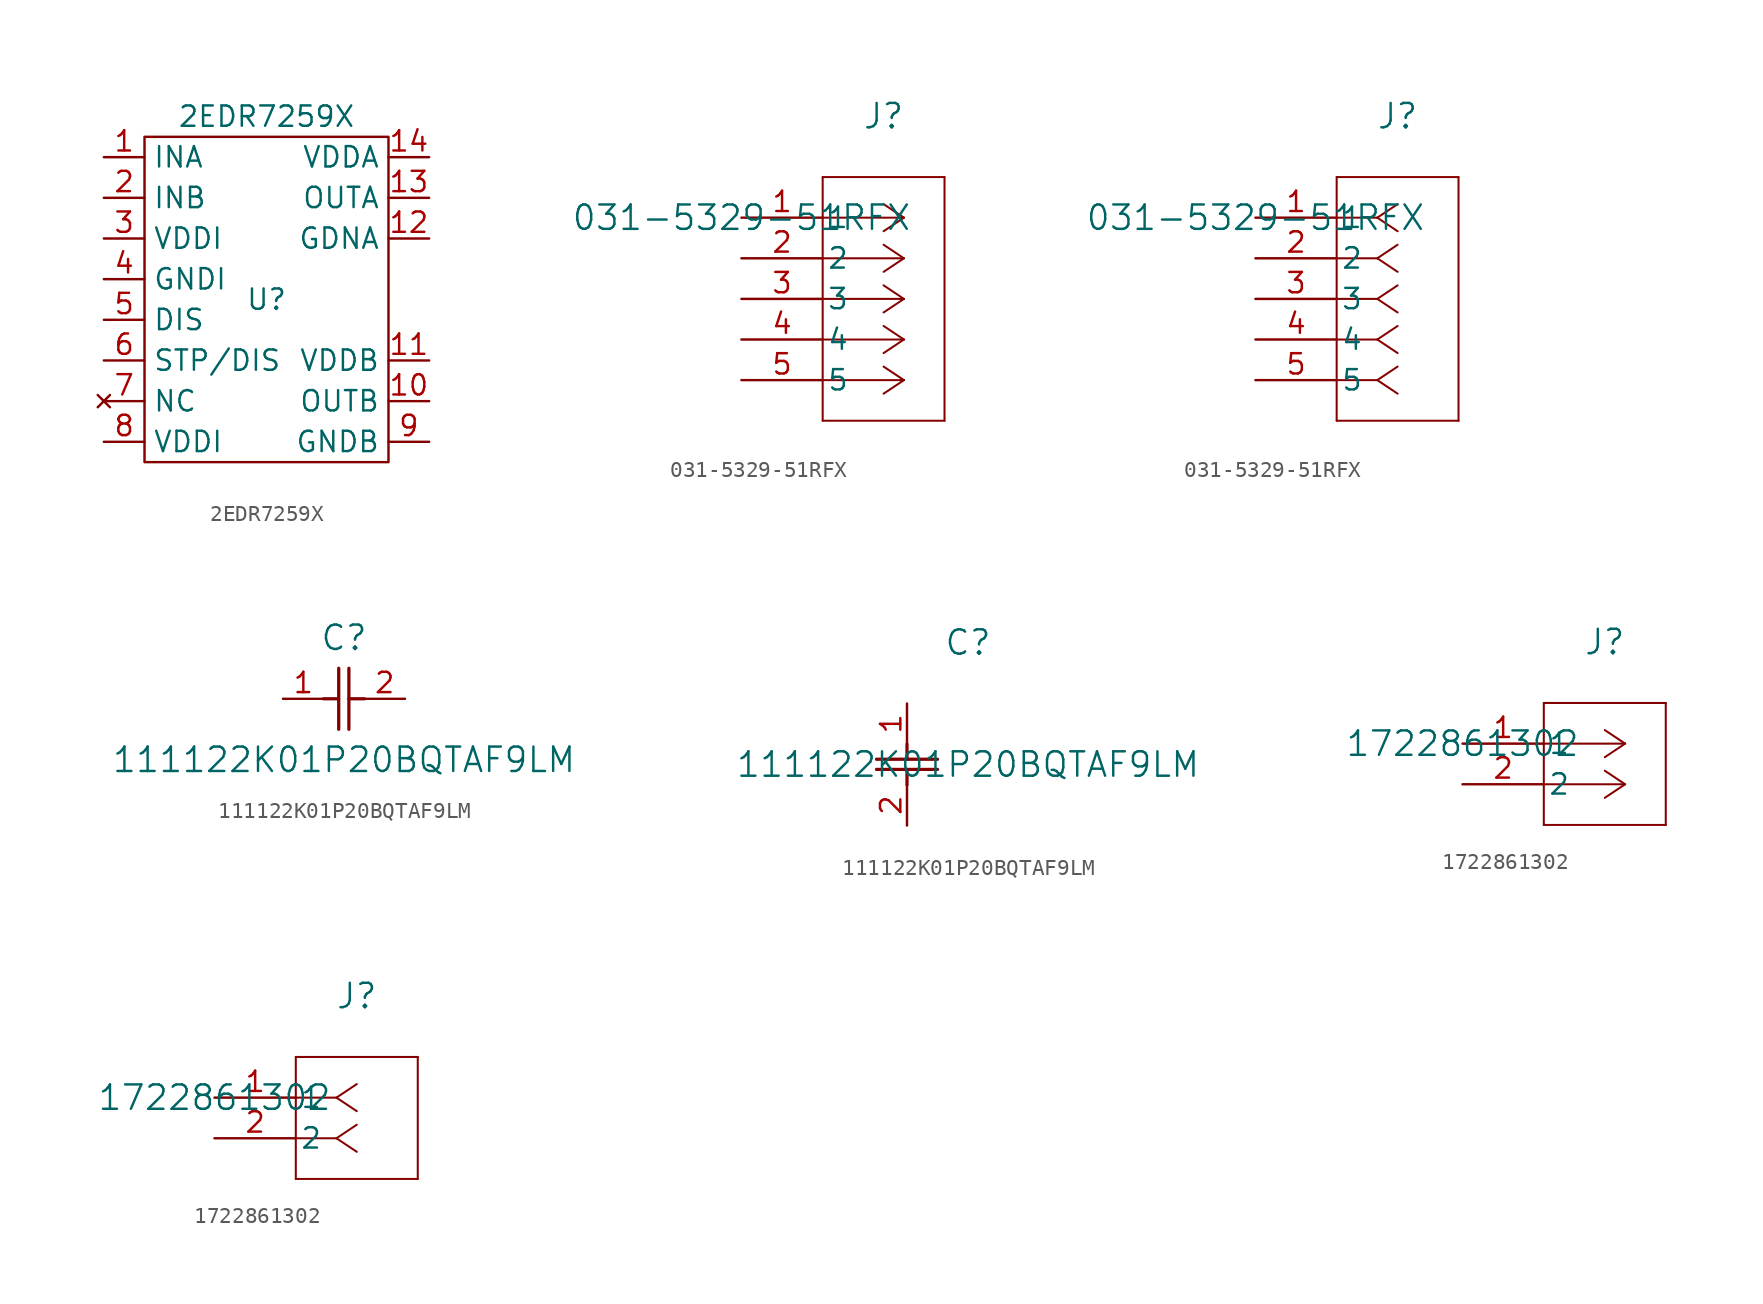
<source format=kicad_sym>
(kicad_symbol_lib
  (version 20220914)
  (generator kicad_symbol_editor)
  (symbol "2EDR7259X"
    (property "Reference" "U"
      (at 0 0 0)
      (effects (font (size 1.27 1.27))))
    (property "Value" "2EDR7259X"
      (at 0 11.43 0)
      (effects (font (size 1.27 1.27))))
    (symbol "2EDR7259X_0_1"
      (rectangle (start -7.62 10.16) (end 7.62 -10.16) (stroke (width 0) (type default)) (fill (type none))))
    (symbol "2EDR7259X_1_1"
      (pin input line (at -10.16 8.89 0) (length 2.54) (name "INA" (effects (font (size 1.27 1.27)))) (number "1" (effects (font (size 1.27 1.27)))))
      (pin output line (at 10.16 -6.35 180) (length 2.54) (name "OUTB" (effects (font (size 1.27 1.27)))) (number "10" (effects (font (size 1.27 1.27)))))
      (pin power_in line (at 10.16 -3.81 180) (length 2.54) (name "VDDB" (effects (font (size 1.27 1.27)))) (number "11" (effects (font (size 1.27 1.27)))))
      (pin power_in line (at 10.16 3.81 180) (length 2.54) (name "GDNA" (effects (font (size 1.27 1.27)))) (number "12" (effects (font (size 1.27 1.27)))))
      (pin output line (at 10.16 6.35 180) (length 2.54) (name "OUTA" (effects (font (size 1.27 1.27)))) (number "13" (effects (font (size 1.27 1.27)))))
      (pin power_in line (at 10.16 8.89 180) (length 2.54) (name "VDDA" (effects (font (size 1.27 1.27)))) (number "14" (effects (font (size 1.27 1.27)))))
      (pin input line (at -10.16 6.35 0) (length 2.54) (name "INB" (effects (font (size 1.27 1.27)))) (number "2" (effects (font (size 1.27 1.27)))))
      (pin power_in line (at -10.16 3.81 0) (length 2.54) (name "VDDI" (effects (font (size 1.27 1.27)))) (number "3" (effects (font (size 1.27 1.27)))))
      (pin power_out line (at -10.16 1.27 0) (length 2.54) (name "GNDI" (effects (font (size 1.27 1.27)))) (number "4" (effects (font (size 1.27 1.27)))))
      (pin input line (at -10.16 -1.27 0) (length 2.54) (name "DIS" (effects (font (size 1.27 1.27)))) (number "5" (effects (font (size 1.27 1.27)))))
      (pin input line (at -10.16 -3.81 0) (length 2.54) (name "STP/DIS" (effects (font (size 1.27 1.27)))) (number "6" (effects (font (size 1.27 1.27)))))
      (pin no_connect line (at -10.16 -6.35 0) (length 2.54) (name "NC" (effects (font (size 1.27 1.27)))) (number "7" (effects (font (size 1.27 1.27)))))
      (pin power_in line (at -10.16 -8.89 0) (length 2.54) (name "VDDI" (effects (font (size 1.27 1.27)))) (number "8" (effects (font (size 1.27 1.27)))))
      (pin power_in line (at 10.16 -8.89 180) (length 2.54) (name "GNDB" (effects (font (size 1.27 1.27)))) (number "9" (effects (font (size 1.27 1.27)))))))
  (symbol "031-5329-51RFX"
    (pin_names
      (offset 0.254))
    (property "Reference" "J"
      (at 8.89 6.35 0)
      (effects (font (size 1.524 1.524))))
    (property "Value" "031-5329-51RFX"
      (at 0 0 0)
      (effects (font (size 1.524 1.524))))
    (symbol "031-5329-51RFX_1_1"
      (polyline (pts (xy 10.16 0) (xy 5.08 0)) (stroke (width 0.127) (type default) (color 0 0 0 0)) (fill (type none)))
      (polyline (pts (xy 10.16 -2.54) (xy 5.08 -2.54)) (stroke (width 0.127) (type default) (color 0 0 0 0)) (fill (type none)))
      (polyline (pts (xy 10.16 -5.08) (xy 5.08 -5.08)) (stroke (width 0.127) (type default) (color 0 0 0 0)) (fill (type none)))
      (polyline (pts (xy 10.16 -7.62) (xy 5.08 -7.62)) (stroke (width 0.127) (type default) (color 0 0 0 0)) (fill (type none)))
      (polyline (pts (xy 10.16 -10.16) (xy 5.08 -10.16)) (stroke (width 0.127) (type default) (color 0 0 0 0)) (fill (type none)))
      (polyline (pts (xy 10.16 0) (xy 8.89 0.847)) (stroke (width 0.127) (type default) (color 0 0 0 0)) (fill (type none)))
      (polyline (pts (xy 10.16 -2.54) (xy 8.89 -1.693)) (stroke (width 0.127) (type default) (color 0 0 0 0)) (fill (type none)))
      (polyline (pts (xy 10.16 -5.08) (xy 8.89 -4.233)) (stroke (width 0.127) (type default) (color 0 0 0 0)) (fill (type none)))
      (polyline (pts (xy 10.16 -7.62) (xy 8.89 -6.773)) (stroke (width 0.127) (type default) (color 0 0 0 0)) (fill (type none)))
      (polyline (pts (xy 10.16 -10.16) (xy 8.89 -9.313)) (stroke (width 0.127) (type default) (color 0 0 0 0)) (fill (type none)))
      (polyline (pts (xy 10.16 0) (xy 8.89 -0.847)) (stroke (width 0.127) (type default) (color 0 0 0 0)) (fill (type none)))
      (polyline (pts (xy 10.16 -2.54) (xy 8.89 -3.387)) (stroke (width 0.127) (type default) (color 0 0 0 0)) (fill (type none)))
      (polyline (pts (xy 10.16 -5.08) (xy 8.89 -5.927)) (stroke (width 0.127) (type default) (color 0 0 0 0)) (fill (type none)))
      (polyline (pts (xy 10.16 -7.62) (xy 8.89 -8.467)) (stroke (width 0.127) (type default) (color 0 0 0 0)) (fill (type none)))
      (polyline (pts (xy 10.16 -10.16) (xy 8.89 -11.007)) (stroke (width 0.127) (type default) (color 0 0 0 0)) (fill (type none)))
      (polyline (pts (xy 5.08 2.54) (xy 5.08 -12.7)) (stroke (width 0.127) (type default) (color 0 0 0 0)) (fill (type none)))
      (polyline (pts (xy 5.08 -12.7) (xy 12.7 -12.7)) (stroke (width 0.127) (type default) (color 0 0 0 0)) (fill (type none)))
      (polyline (pts (xy 12.7 -12.7) (xy 12.7 2.54)) (stroke (width 0.127) (type default) (color 0 0 0 0)) (fill (type none)))
      (polyline (pts (xy 12.7 2.54) (xy 5.08 2.54)) (stroke (width 0.127) (type default) (color 0 0 0 0)) (fill (type none)))
      (pin unspecified line (at 0 0 0) (length 5.08) (name "1" (effects (font (size 1.27 1.27)))) (number "1" (effects (font (size 1.27 1.27)))))
      (pin unspecified line (at 0 -2.54 0) (length 5.08) (name "2" (effects (font (size 1.27 1.27)))) (number "2" (effects (font (size 1.27 1.27)))))
      (pin unspecified line (at 0 -5.08 0) (length 5.08) (name "3" (effects (font (size 1.27 1.27)))) (number "3" (effects (font (size 1.27 1.27)))))
      (pin unspecified line (at 0 -7.62 0) (length 5.08) (name "4" (effects (font (size 1.27 1.27)))) (number "4" (effects (font (size 1.27 1.27)))))
      (pin unspecified line (at 0 -10.16 0) (length 5.08) (name "5" (effects (font (size 1.27 1.27)))) (number "5" (effects (font (size 1.27 1.27))))))
    (symbol "031-5329-51RFX_1_2"
      (polyline (pts (xy 7.62 0) (xy 5.08 0)) (stroke (width 0.127) (type default) (color 0 0 0 0)) (fill (type none)))
      (polyline (pts (xy 7.62 -2.54) (xy 5.08 -2.54)) (stroke (width 0.127) (type default) (color 0 0 0 0)) (fill (type none)))
      (polyline (pts (xy 7.62 -5.08) (xy 5.08 -5.08)) (stroke (width 0.127) (type default) (color 0 0 0 0)) (fill (type none)))
      (polyline (pts (xy 7.62 -7.62) (xy 5.08 -7.62)) (stroke (width 0.127) (type default) (color 0 0 0 0)) (fill (type none)))
      (polyline (pts (xy 7.62 -10.16) (xy 5.08 -10.16)) (stroke (width 0.127) (type default) (color 0 0 0 0)) (fill (type none)))
      (polyline (pts (xy 7.62 0) (xy 8.89 0.847)) (stroke (width 0.127) (type default) (color 0 0 0 0)) (fill (type none)))
      (polyline (pts (xy 7.62 -2.54) (xy 8.89 -1.693)) (stroke (width 0.127) (type default) (color 0 0 0 0)) (fill (type none)))
      (polyline (pts (xy 7.62 -5.08) (xy 8.89 -4.233)) (stroke (width 0.127) (type default) (color 0 0 0 0)) (fill (type none)))
      (polyline (pts (xy 7.62 -7.62) (xy 8.89 -6.773)) (stroke (width 0.127) (type default) (color 0 0 0 0)) (fill (type none)))
      (polyline (pts (xy 7.62 -10.16) (xy 8.89 -9.313)) (stroke (width 0.127) (type default) (color 0 0 0 0)) (fill (type none)))
      (polyline (pts (xy 7.62 0) (xy 8.89 -0.847)) (stroke (width 0.127) (type default) (color 0 0 0 0)) (fill (type none)))
      (polyline (pts (xy 7.62 -2.54) (xy 8.89 -3.387)) (stroke (width 0.127) (type default) (color 0 0 0 0)) (fill (type none)))
      (polyline (pts (xy 7.62 -5.08) (xy 8.89 -5.927)) (stroke (width 0.127) (type default) (color 0 0 0 0)) (fill (type none)))
      (polyline (pts (xy 7.62 -7.62) (xy 8.89 -8.467)) (stroke (width 0.127) (type default) (color 0 0 0 0)) (fill (type none)))
      (polyline (pts (xy 7.62 -10.16) (xy 8.89 -11.007)) (stroke (width 0.127) (type default) (color 0 0 0 0)) (fill (type none)))
      (polyline (pts (xy 5.08 2.54) (xy 5.08 -12.7)) (stroke (width 0.127) (type default) (color 0 0 0 0)) (fill (type none)))
      (polyline (pts (xy 5.08 -12.7) (xy 12.7 -12.7)) (stroke (width 0.127) (type default) (color 0 0 0 0)) (fill (type none)))
      (polyline (pts (xy 12.7 -12.7) (xy 12.7 2.54)) (stroke (width 0.127) (type default) (color 0 0 0 0)) (fill (type none)))
      (polyline (pts (xy 12.7 2.54) (xy 5.08 2.54)) (stroke (width 0.127) (type default) (color 0 0 0 0)) (fill (type none)))
      (pin unspecified line (at 0 0 0) (length 5.08) (name "1" (effects (font (size 1.27 1.27)))) (number "1" (effects (font (size 1.27 1.27)))))
      (pin unspecified line (at 0 -2.54 0) (length 5.08) (name "2" (effects (font (size 1.27 1.27)))) (number "2" (effects (font (size 1.27 1.27)))))
      (pin unspecified line (at 0 -5.08 0) (length 5.08) (name "3" (effects (font (size 1.27 1.27)))) (number "3" (effects (font (size 1.27 1.27)))))
      (pin unspecified line (at 0 -7.62 0) (length 5.08) (name "4" (effects (font (size 1.27 1.27)))) (number "4" (effects (font (size 1.27 1.27)))))
      (pin unspecified line (at 0 -10.16 0) (length 5.08) (name "5" (effects (font (size 1.27 1.27)))) (number "5" (effects (font (size 1.27 1.27)))))))
  (symbol "111122K01P20BQTAF9LM"
    (pin_names
      (offset 0.254))
    (property "Reference" "C"
      (at 3.81 3.81 0)
      (effects (font (size 1.524 1.524))))
    (property "Value" "111122K01P20BQTAF9LM"
      (at 3.81 -3.81 0)
      (effects (font (size 1.524 1.524))))
    (symbol "111122K01P20BQTAF9LM_1_1"
      (polyline (pts (xy 3.48 -1.905) (xy 3.48 1.905)) (stroke (width 0.203) (type default) (color 0 0 0 0)) (fill (type none)))
      (polyline (pts (xy 4.115 -1.905) (xy 4.115 1.905)) (stroke (width 0.203) (type default) (color 0 0 0 0)) (fill (type none)))
      (polyline (pts (xy 4.115 0) (xy 5.08 0)) (stroke (width 0.203) (type default) (color 0 0 0 0)) (fill (type none)))
      (polyline (pts (xy 2.54 0) (xy 3.48 0)) (stroke (width 0.203) (type default) (color 0 0 0 0)) (fill (type none)))
      (pin unspecified line (at 0 0 0) (length 2.54) (name "" (effects (font (size 1.27 1.27)))) (number "1" (effects (font (size 1.27 1.27)))))
      (pin unspecified line (at 7.62 0 180) (length 2.54) (name "" (effects (font (size 1.27 1.27)))) (number "2" (effects (font (size 1.27 1.27))))))
    (symbol "111122K01P20BQTAF9LM_1_2"
      (polyline (pts (xy -1.905 -3.48) (xy 1.905 -3.48)) (stroke (width 0.203) (type default) (color 0 0 0 0)) (fill (type none)))
      (polyline (pts (xy -1.905 -4.115) (xy 1.905 -4.115)) (stroke (width 0.203) (type default) (color 0 0 0 0)) (fill (type none)))
      (polyline (pts (xy 0 -4.115) (xy 0 -5.08)) (stroke (width 0.203) (type default) (color 0 0 0 0)) (fill (type none)))
      (polyline (pts (xy 0 -2.54) (xy 0 -3.48)) (stroke (width 0.203) (type default) (color 0 0 0 0)) (fill (type none)))
      (pin unspecified line (at 0 0 270) (length 2.54) (name "" (effects (font (size 1.27 1.27)))) (number "1" (effects (font (size 1.27 1.27)))))
      (pin unspecified line (at 0 -7.62 90) (length 2.54) (name "" (effects (font (size 1.27 1.27)))) (number "2" (effects (font (size 1.27 1.27)))))))
  (symbol "1722861302"
    (pin_names
      (offset 0.254))
    (property "Reference" "J"
      (at 8.89 6.35 0)
      (effects (font (size 1.524 1.524))))
    (property "Value" "1722861302"
      (at 0 0 0)
      (effects (font (size 1.524 1.524))))
    (property "ki_locked" ""
      (at 0 0 0)
      (effects (font (size 1.27 1.27))))
    (symbol "1722861302_1_1"
      (polyline (pts (xy 5.08 -5.08) (xy 12.7 -5.08)) (stroke (width 0.127) (type default)) (fill (type none)))
      (polyline (pts (xy 5.08 2.54) (xy 5.08 -5.08)) (stroke (width 0.127) (type default)) (fill (type none)))
      (polyline (pts (xy 10.16 -2.54) (xy 5.08 -2.54)) (stroke (width 0.127) (type default)) (fill (type none)))
      (polyline (pts (xy 10.16 -2.54) (xy 8.89 -3.387)) (stroke (width 0.127) (type default)) (fill (type none)))
      (polyline (pts (xy 10.16 -2.54) (xy 8.89 -1.693)) (stroke (width 0.127) (type default)) (fill (type none)))
      (polyline (pts (xy 10.16 0) (xy 5.08 0)) (stroke (width 0.127) (type default)) (fill (type none)))
      (polyline (pts (xy 10.16 0) (xy 8.89 -0.847)) (stroke (width 0.127) (type default)) (fill (type none)))
      (polyline (pts (xy 10.16 0) (xy 8.89 0.847)) (stroke (width 0.127) (type default)) (fill (type none)))
      (polyline (pts (xy 12.7 -5.08) (xy 12.7 2.54)) (stroke (width 0.127) (type default)) (fill (type none)))
      (polyline (pts (xy 12.7 2.54) (xy 5.08 2.54)) (stroke (width 0.127) (type default)) (fill (type none)))
      (pin unspecified line (at 0 0 0) (length 5.08) (name "1" (effects (font (size 1.27 1.27)))) (number "1" (effects (font (size 1.27 1.27)))))
      (pin unspecified line (at 0 -2.54 0) (length 5.08) (name "2" (effects (font (size 1.27 1.27)))) (number "2" (effects (font (size 1.27 1.27))))))
    (symbol "1722861302_1_2"
      (polyline (pts (xy 5.08 -5.08) (xy 12.7 -5.08)) (stroke (width 0.127) (type default)) (fill (type none)))
      (polyline (pts (xy 5.08 2.54) (xy 5.08 -5.08)) (stroke (width 0.127) (type default)) (fill (type none)))
      (polyline (pts (xy 7.62 -2.54) (xy 5.08 -2.54)) (stroke (width 0.127) (type default)) (fill (type none)))
      (polyline (pts (xy 7.62 -2.54) (xy 8.89 -3.387)) (stroke (width 0.127) (type default)) (fill (type none)))
      (polyline (pts (xy 7.62 -2.54) (xy 8.89 -1.693)) (stroke (width 0.127) (type default)) (fill (type none)))
      (polyline (pts (xy 7.62 0) (xy 5.08 0)) (stroke (width 0.127) (type default)) (fill (type none)))
      (polyline (pts (xy 7.62 0) (xy 8.89 -0.847)) (stroke (width 0.127) (type default)) (fill (type none)))
      (polyline (pts (xy 7.62 0) (xy 8.89 0.847)) (stroke (width 0.127) (type default)) (fill (type none)))
      (polyline (pts (xy 12.7 -5.08) (xy 12.7 2.54)) (stroke (width 0.127) (type default)) (fill (type none)))
      (polyline (pts (xy 12.7 2.54) (xy 5.08 2.54)) (stroke (width 0.127) (type default)) (fill (type none)))
      (pin unspecified line (at 0 0 0) (length 5.08) (name "1" (effects (font (size 1.27 1.27)))) (number "1" (effects (font (size 1.27 1.27)))))
      (pin unspecified line (at 0 -2.54 0) (length 5.08) (name "2" (effects (font (size 1.27 1.27)))) (number "2" (effects (font (size 1.27 1.27))))))))
</source>
